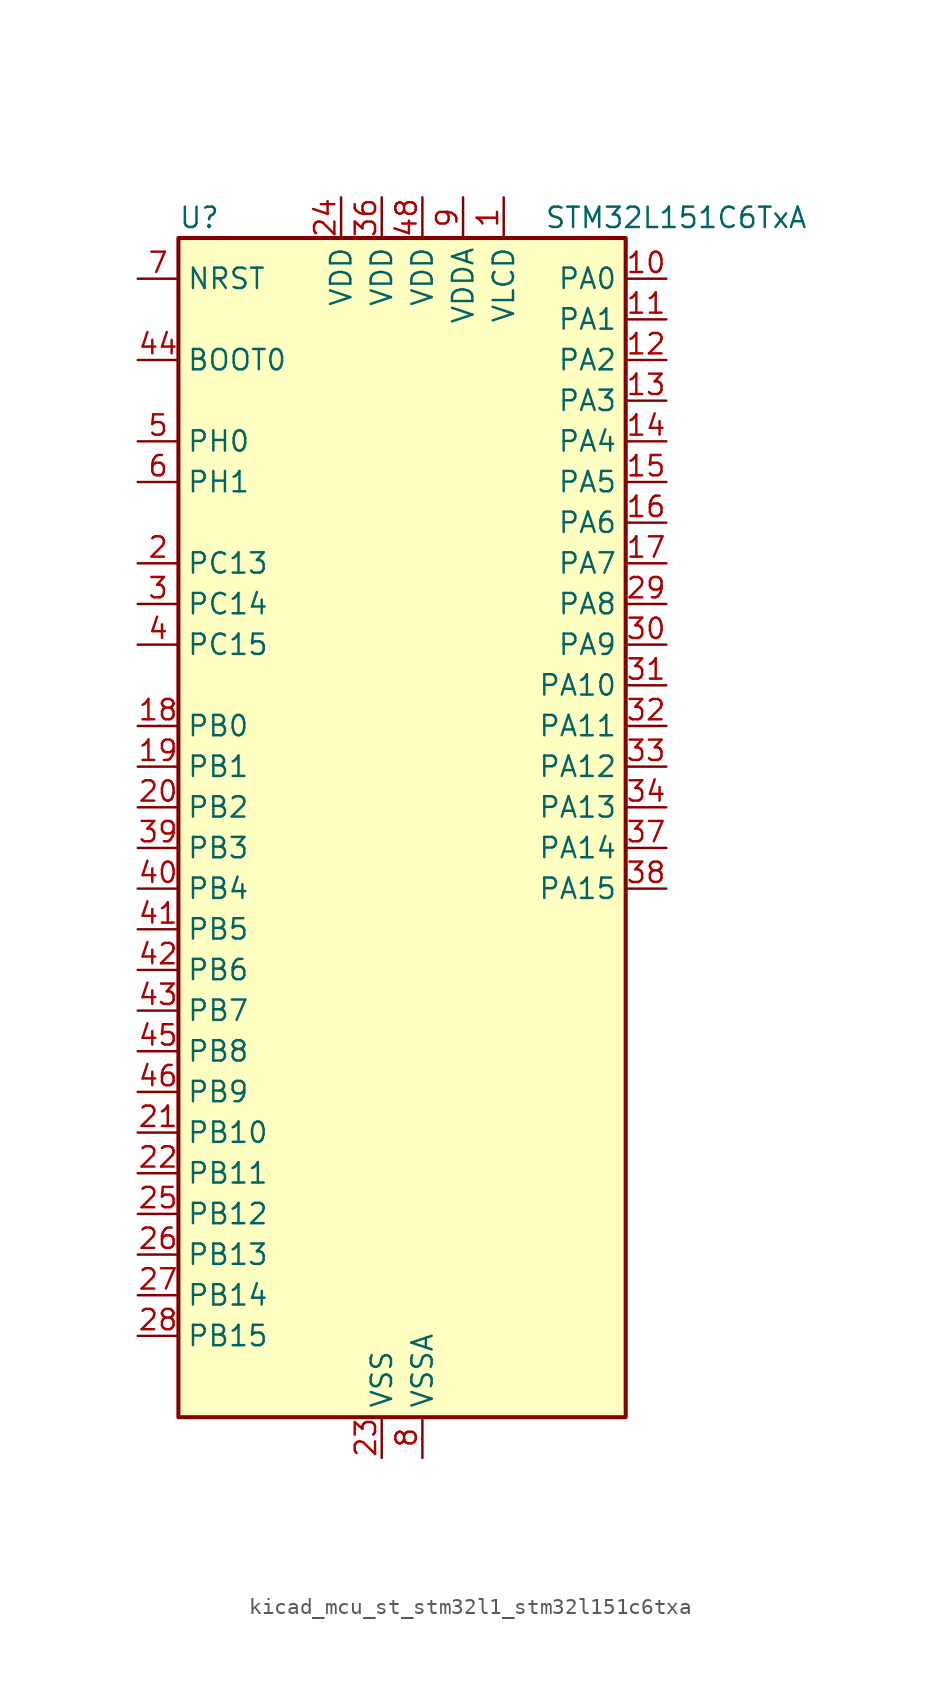
<source format=kicad_sym>
(kicad_symbol_lib
  (version 20220914)
  (generator kicad_symbol_editor)
  (symbol "kicad_mcu_st_stm32l1_stm32l151c6txa"
    (property "Reference" "U"
      (at -12.7 39.37 0)
      (effects (font (size 1.27 1.27)) (justify left)))
    (property "Value" "STM32L151C6TxA"
      (at 10.16 39.37 0)
      (effects (font (size 1.27 1.27)) (justify left)))
    (property "ki_locked" ""
      (at 0 0 0)
      (effects (font (size 1.27 1.27))))
    (symbol "kicad_mcu_st_stm32l1_stm32l151c6txa_0_1"
      (rectangle (start -12.7 -35.56) (end 15.24 38.1) (stroke (width 0.254) (type default)) (fill (type background))))
    (symbol "kicad_mcu_st_stm32l1_stm32l151c6txa_1_1"
      (pin power_in line (at 7.62 40.64 270) (length 2.54) (name "VLCD" (effects (font (size 1.27 1.27)))) (number "1" (effects (font (size 1.27 1.27)))))
      (pin bidirectional line (at 17.78 35.56 180) (length 2.54) (name "PA0" (effects (font (size 1.27 1.27)))) (number "10" (effects (font (size 1.27 1.27)))) (alternate "ADC_IN0" bidirectional line) (alternate "COMP1_INP" bidirectional line) (alternate "RTC_TAMP2" bidirectional line) (alternate "SYS_WKUP1" bidirectional line) (alternate "TIM2_CH1" bidirectional line) (alternate "TIM2_ETR" bidirectional line) (alternate "TIMX_IC1" bidirectional line) (alternate "TS_G1_IO1" bidirectional line) (alternate "USART2_CTS" bidirectional line))
      (pin bidirectional line (at 17.78 33.02 180) (length 2.54) (name "PA1" (effects (font (size 1.27 1.27)))) (number "11" (effects (font (size 1.27 1.27)))) (alternate "ADC_IN1" bidirectional line) (alternate "COMP1_INP" bidirectional line) (alternate "TIM2_CH2" bidirectional line) (alternate "TIMX_IC2" bidirectional line) (alternate "TS_G1_IO2" bidirectional line) (alternate "USART2_RTS" bidirectional line))
      (pin bidirectional line (at 17.78 30.48 180) (length 2.54) (name "PA2" (effects (font (size 1.27 1.27)))) (number "12" (effects (font (size 1.27 1.27)))) (alternate "ADC_IN2" bidirectional line) (alternate "COMP1_INP" bidirectional line) (alternate "TIM2_CH3" bidirectional line) (alternate "TIM9_CH1" bidirectional line) (alternate "TIMX_IC3" bidirectional line) (alternate "TS_G1_IO3" bidirectional line) (alternate "USART2_TX" bidirectional line))
      (pin bidirectional line (at 17.78 27.94 180) (length 2.54) (name "PA3" (effects (font (size 1.27 1.27)))) (number "13" (effects (font (size 1.27 1.27)))) (alternate "ADC_IN3" bidirectional line) (alternate "COMP1_INP" bidirectional line) (alternate "TIM2_CH4" bidirectional line) (alternate "TIM9_CH2" bidirectional line) (alternate "TIMX_IC4" bidirectional line) (alternate "TS_G1_IO4" bidirectional line) (alternate "USART2_RX" bidirectional line))
      (pin bidirectional line (at 17.78 25.4 180) (length 2.54) (name "PA4" (effects (font (size 1.27 1.27)))) (number "14" (effects (font (size 1.27 1.27)))) (alternate "ADC_IN4" bidirectional line) (alternate "COMP1_INP" bidirectional line) (alternate "DAC_OUT1" bidirectional line) (alternate "SPI1_NSS" bidirectional line) (alternate "TIMX_IC1" bidirectional line) (alternate "USART2_CK" bidirectional line))
      (pin bidirectional line (at 17.78 22.86 180) (length 2.54) (name "PA5" (effects (font (size 1.27 1.27)))) (number "15" (effects (font (size 1.27 1.27)))) (alternate "ADC_IN5" bidirectional line) (alternate "COMP1_INP" bidirectional line) (alternate "DAC_OUT2" bidirectional line) (alternate "SPI1_SCK" bidirectional line) (alternate "TIM2_CH1" bidirectional line) (alternate "TIM2_ETR" bidirectional line) (alternate "TIMX_IC2" bidirectional line))
      (pin bidirectional line (at 17.78 20.32 180) (length 2.54) (name "PA6" (effects (font (size 1.27 1.27)))) (number "16" (effects (font (size 1.27 1.27)))) (alternate "ADC_IN6" bidirectional line) (alternate "COMP1_INP" bidirectional line) (alternate "SPI1_MISO" bidirectional line) (alternate "TIM10_CH1" bidirectional line) (alternate "TIM3_CH1" bidirectional line) (alternate "TIMX_IC3" bidirectional line) (alternate "TS_G2_IO1" bidirectional line))
      (pin bidirectional line (at 17.78 17.78 180) (length 2.54) (name "PA7" (effects (font (size 1.27 1.27)))) (number "17" (effects (font (size 1.27 1.27)))) (alternate "ADC_IN7" bidirectional line) (alternate "COMP1_INP" bidirectional line) (alternate "SPI1_MOSI" bidirectional line) (alternate "TIM11_CH1" bidirectional line) (alternate "TIM3_CH2" bidirectional line) (alternate "TIMX_IC4" bidirectional line) (alternate "TS_G2_IO2" bidirectional line))
      (pin bidirectional line (at -15.24 7.62 0) (length 2.54) (name "PB0" (effects (font (size 1.27 1.27)))) (number "18" (effects (font (size 1.27 1.27)))) (alternate "ADC_IN8" bidirectional line) (alternate "COMP1_INP" bidirectional line) (alternate "SYS_V_REF_OUT" bidirectional line) (alternate "TIM3_CH3" bidirectional line) (alternate "TS_G3_IO1" bidirectional line))
      (pin bidirectional line (at -15.24 5.08 0) (length 2.54) (name "PB1" (effects (font (size 1.27 1.27)))) (number "19" (effects (font (size 1.27 1.27)))) (alternate "ADC_IN9" bidirectional line) (alternate "COMP1_INP" bidirectional line) (alternate "SYS_V_REF_OUT" bidirectional line) (alternate "TIM3_CH4" bidirectional line) (alternate "TS_G3_IO2" bidirectional line))
      (pin bidirectional line (at -15.24 17.78 0) (length 2.54) (name "PC13" (effects (font (size 1.27 1.27)))) (number "2" (effects (font (size 1.27 1.27)))) (alternate "RTC_OUT_ALARM" bidirectional line) (alternate "RTC_OUT_CALIB" bidirectional line) (alternate "RTC_TAMP1" bidirectional line) (alternate "RTC_TS" bidirectional line) (alternate "SYS_WKUP2" bidirectional line) (alternate "TIMX_IC2" bidirectional line))
      (pin bidirectional line (at -15.24 2.54 0) (length 2.54) (name "PB2" (effects (font (size 1.27 1.27)))) (number "20" (effects (font (size 1.27 1.27)))) (alternate "TS_G3_IO3" bidirectional line))
      (pin bidirectional line (at -15.24 -17.78 0) (length 2.54) (name "PB10" (effects (font (size 1.27 1.27)))) (number "21" (effects (font (size 1.27 1.27)))) (alternate "I2C2_SCL" bidirectional line) (alternate "TIM2_CH3" bidirectional line) (alternate "USART3_TX" bidirectional line))
      (pin bidirectional line (at -15.24 -20.32 0) (length 2.54) (name "PB11" (effects (font (size 1.27 1.27)))) (number "22" (effects (font (size 1.27 1.27)))) (alternate "ADC_EXTI11" bidirectional line) (alternate "I2C2_SDA" bidirectional line) (alternate "TIM2_CH4" bidirectional line) (alternate "USART3_RX" bidirectional line))
      (pin power_in line (at 0 -38.1 90) (length 2.54) (name "VSS" (effects (font (size 1.27 1.27)))) (number "23" (effects (font (size 1.27 1.27)))))
      (pin power_in line (at -2.54 40.64 270) (length 2.54) (name "VDD" (effects (font (size 1.27 1.27)))) (number "24" (effects (font (size 1.27 1.27)))))
      (pin bidirectional line (at -15.24 -22.86 0) (length 2.54) (name "PB12" (effects (font (size 1.27 1.27)))) (number "25" (effects (font (size 1.27 1.27)))) (alternate "ADC_IN18" bidirectional line) (alternate "COMP1_INP" bidirectional line) (alternate "I2C2_SMBA" bidirectional line) (alternate "SPI2_NSS" bidirectional line) (alternate "TIM10_CH1" bidirectional line) (alternate "TS_G7_IO1" bidirectional line) (alternate "USART3_CK" bidirectional line))
      (pin bidirectional line (at -15.24 -25.4 0) (length 2.54) (name "PB13" (effects (font (size 1.27 1.27)))) (number "26" (effects (font (size 1.27 1.27)))) (alternate "ADC_IN19" bidirectional line) (alternate "COMP1_INP" bidirectional line) (alternate "SPI2_SCK" bidirectional line) (alternate "TIM9_CH1" bidirectional line) (alternate "TS_G7_IO2" bidirectional line) (alternate "USART3_CTS" bidirectional line))
      (pin bidirectional line (at -15.24 -27.94 0) (length 2.54) (name "PB14" (effects (font (size 1.27 1.27)))) (number "27" (effects (font (size 1.27 1.27)))) (alternate "ADC_IN20" bidirectional line) (alternate "COMP1_INP" bidirectional line) (alternate "SPI2_MISO" bidirectional line) (alternate "TIM9_CH2" bidirectional line) (alternate "TS_G7_IO3" bidirectional line) (alternate "USART3_RTS" bidirectional line))
      (pin bidirectional line (at -15.24 -30.48 0) (length 2.54) (name "PB15" (effects (font (size 1.27 1.27)))) (number "28" (effects (font (size 1.27 1.27)))) (alternate "ADC_EXTI15" bidirectional line) (alternate "ADC_IN21" bidirectional line) (alternate "COMP1_INP" bidirectional line) (alternate "RTC_REFIN" bidirectional line) (alternate "SPI2_MOSI" bidirectional line) (alternate "TIM11_CH1" bidirectional line) (alternate "TS_G7_IO4" bidirectional line))
      (pin bidirectional line (at 17.78 15.24 180) (length 2.54) (name "PA8" (effects (font (size 1.27 1.27)))) (number "29" (effects (font (size 1.27 1.27)))) (alternate "RCC_MCO" bidirectional line) (alternate "TIMX_IC1" bidirectional line) (alternate "TS_G4_IO1" bidirectional line) (alternate "USART1_CK" bidirectional line))
      (pin bidirectional line (at -15.24 15.24 0) (length 2.54) (name "PC14" (effects (font (size 1.27 1.27)))) (number "3" (effects (font (size 1.27 1.27)))) (alternate "RCC_OSC32_IN" bidirectional line) (alternate "TIMX_IC3" bidirectional line))
      (pin bidirectional line (at 17.78 12.7 180) (length 2.54) (name "PA9" (effects (font (size 1.27 1.27)))) (number "30" (effects (font (size 1.27 1.27)))) (alternate "DAC_EXTI9" bidirectional line) (alternate "TIMX_IC2" bidirectional line) (alternate "TS_G4_IO2" bidirectional line) (alternate "USART1_TX" bidirectional line))
      (pin bidirectional line (at 17.78 10.16 180) (length 2.54) (name "PA10" (effects (font (size 1.27 1.27)))) (number "31" (effects (font (size 1.27 1.27)))) (alternate "TIMX_IC3" bidirectional line) (alternate "TS_G4_IO3" bidirectional line) (alternate "USART1_RX" bidirectional line))
      (pin bidirectional line (at 17.78 7.62 180) (length 2.54) (name "PA11" (effects (font (size 1.27 1.27)))) (number "32" (effects (font (size 1.27 1.27)))) (alternate "ADC_EXTI11" bidirectional line) (alternate "SPI1_MISO" bidirectional line) (alternate "TIMX_IC4" bidirectional line) (alternate "USART1_CTS" bidirectional line) (alternate "USB_DM" bidirectional line))
      (pin bidirectional line (at 17.78 5.08 180) (length 2.54) (name "PA12" (effects (font (size 1.27 1.27)))) (number "33" (effects (font (size 1.27 1.27)))) (alternate "SPI1_MOSI" bidirectional line) (alternate "TIMX_IC1" bidirectional line) (alternate "USART1_RTS" bidirectional line) (alternate "USB_DP" bidirectional line))
      (pin bidirectional line (at 17.78 2.54 180) (length 2.54) (name "PA13" (effects (font (size 1.27 1.27)))) (number "34" (effects (font (size 1.27 1.27)))) (alternate "SYS_JTMS-SWDIO" bidirectional line) (alternate "TIMX_IC2" bidirectional line) (alternate "TS_G5_IO1" bidirectional line))
      (pin passive line (at 0 -38.1 90) (length 2.54) hide (name "VSS" (effects (font (size 1.27 1.27)))) (number "35" (effects (font (size 1.27 1.27)))))
      (pin power_in line (at 0 40.64 270) (length 2.54) (name "VDD" (effects (font (size 1.27 1.27)))) (number "36" (effects (font (size 1.27 1.27)))))
      (pin bidirectional line (at 17.78 0 180) (length 2.54) (name "PA14" (effects (font (size 1.27 1.27)))) (number "37" (effects (font (size 1.27 1.27)))) (alternate "SYS_JTCK-SWCLK" bidirectional line) (alternate "TIMX_IC3" bidirectional line) (alternate "TS_G5_IO2" bidirectional line))
      (pin bidirectional line (at 17.78 -2.54 180) (length 2.54) (name "PA15" (effects (font (size 1.27 1.27)))) (number "38" (effects (font (size 1.27 1.27)))) (alternate "ADC_EXTI15" bidirectional line) (alternate "SPI1_NSS" bidirectional line) (alternate "SYS_JTDI" bidirectional line) (alternate "TIM2_CH1" bidirectional line) (alternate "TIM2_ETR" bidirectional line) (alternate "TIMX_IC4" bidirectional line) (alternate "TS_G5_IO3" bidirectional line))
      (pin bidirectional line (at -15.24 0 0) (length 2.54) (name "PB3" (effects (font (size 1.27 1.27)))) (number "39" (effects (font (size 1.27 1.27)))) (alternate "COMP2_INM" bidirectional line) (alternate "SPI1_SCK" bidirectional line) (alternate "SYS_JTDO-TRACESWO" bidirectional line) (alternate "TIM2_CH2" bidirectional line))
      (pin bidirectional line (at -15.24 12.7 0) (length 2.54) (name "PC15" (effects (font (size 1.27 1.27)))) (number "4" (effects (font (size 1.27 1.27)))) (alternate "ADC_EXTI15" bidirectional line) (alternate "RCC_OSC32_OUT" bidirectional line) (alternate "TIMX_IC4" bidirectional line))
      (pin bidirectional line (at -15.24 -2.54 0) (length 2.54) (name "PB4" (effects (font (size 1.27 1.27)))) (number "40" (effects (font (size 1.27 1.27)))) (alternate "COMP2_INP" bidirectional line) (alternate "SPI1_MISO" bidirectional line) (alternate "SYS_JTRST" bidirectional line) (alternate "TIM3_CH1" bidirectional line) (alternate "TS_G6_IO1" bidirectional line))
      (pin bidirectional line (at -15.24 -5.08 0) (length 2.54) (name "PB5" (effects (font (size 1.27 1.27)))) (number "41" (effects (font (size 1.27 1.27)))) (alternate "COMP2_INP" bidirectional line) (alternate "I2C1_SMBA" bidirectional line) (alternate "SPI1_MOSI" bidirectional line) (alternate "TIM3_CH2" bidirectional line) (alternate "TS_G6_IO2" bidirectional line))
      (pin bidirectional line (at -15.24 -7.62 0) (length 2.54) (name "PB6" (effects (font (size 1.27 1.27)))) (number "42" (effects (font (size 1.27 1.27)))) (alternate "I2C1_SCL" bidirectional line) (alternate "TIM4_CH1" bidirectional line) (alternate "TS_G6_IO3" bidirectional line) (alternate "USART1_TX" bidirectional line))
      (pin bidirectional line (at -15.24 -10.16 0) (length 2.54) (name "PB7" (effects (font (size 1.27 1.27)))) (number "43" (effects (font (size 1.27 1.27)))) (alternate "I2C1_SDA" bidirectional line) (alternate "SYS_PVD_IN" bidirectional line) (alternate "TIM4_CH2" bidirectional line) (alternate "TS_G6_IO4" bidirectional line) (alternate "USART1_RX" bidirectional line))
      (pin input line (at -15.24 30.48 0) (length 2.54) (name "BOOT0" (effects (font (size 1.27 1.27)))) (number "44" (effects (font (size 1.27 1.27)))))
      (pin bidirectional line (at -15.24 -12.7 0) (length 2.54) (name "PB8" (effects (font (size 1.27 1.27)))) (number "45" (effects (font (size 1.27 1.27)))) (alternate "I2C1_SCL" bidirectional line) (alternate "TIM10_CH1" bidirectional line) (alternate "TIM4_CH3" bidirectional line))
      (pin bidirectional line (at -15.24 -15.24 0) (length 2.54) (name "PB9" (effects (font (size 1.27 1.27)))) (number "46" (effects (font (size 1.27 1.27)))) (alternate "DAC_EXTI9" bidirectional line) (alternate "I2C1_SDA" bidirectional line) (alternate "TIM11_CH1" bidirectional line) (alternate "TIM4_CH4" bidirectional line))
      (pin passive line (at 0 -38.1 90) (length 2.54) hide (name "VSS" (effects (font (size 1.27 1.27)))) (number "47" (effects (font (size 1.27 1.27)))))
      (pin power_in line (at 2.54 40.64 270) (length 2.54) (name "VDD" (effects (font (size 1.27 1.27)))) (number "48" (effects (font (size 1.27 1.27)))))
      (pin bidirectional line (at -15.24 25.4 0) (length 2.54) (name "PH0" (effects (font (size 1.27 1.27)))) (number "5" (effects (font (size 1.27 1.27)))) (alternate "RCC_OSC_IN" bidirectional line))
      (pin bidirectional line (at -15.24 22.86 0) (length 2.54) (name "PH1" (effects (font (size 1.27 1.27)))) (number "6" (effects (font (size 1.27 1.27)))) (alternate "RCC_OSC_OUT" bidirectional line))
      (pin input line (at -15.24 35.56 0) (length 2.54) (name "NRST" (effects (font (size 1.27 1.27)))) (number "7" (effects (font (size 1.27 1.27)))))
      (pin power_in line (at 2.54 -38.1 90) (length 2.54) (name "VSSA" (effects (font (size 1.27 1.27)))) (number "8" (effects (font (size 1.27 1.27)))))
      (pin power_in line (at 5.08 40.64 270) (length 2.54) (name "VDDA" (effects (font (size 1.27 1.27)))) (number "9" (effects (font (size 1.27 1.27))))))))
</source>
